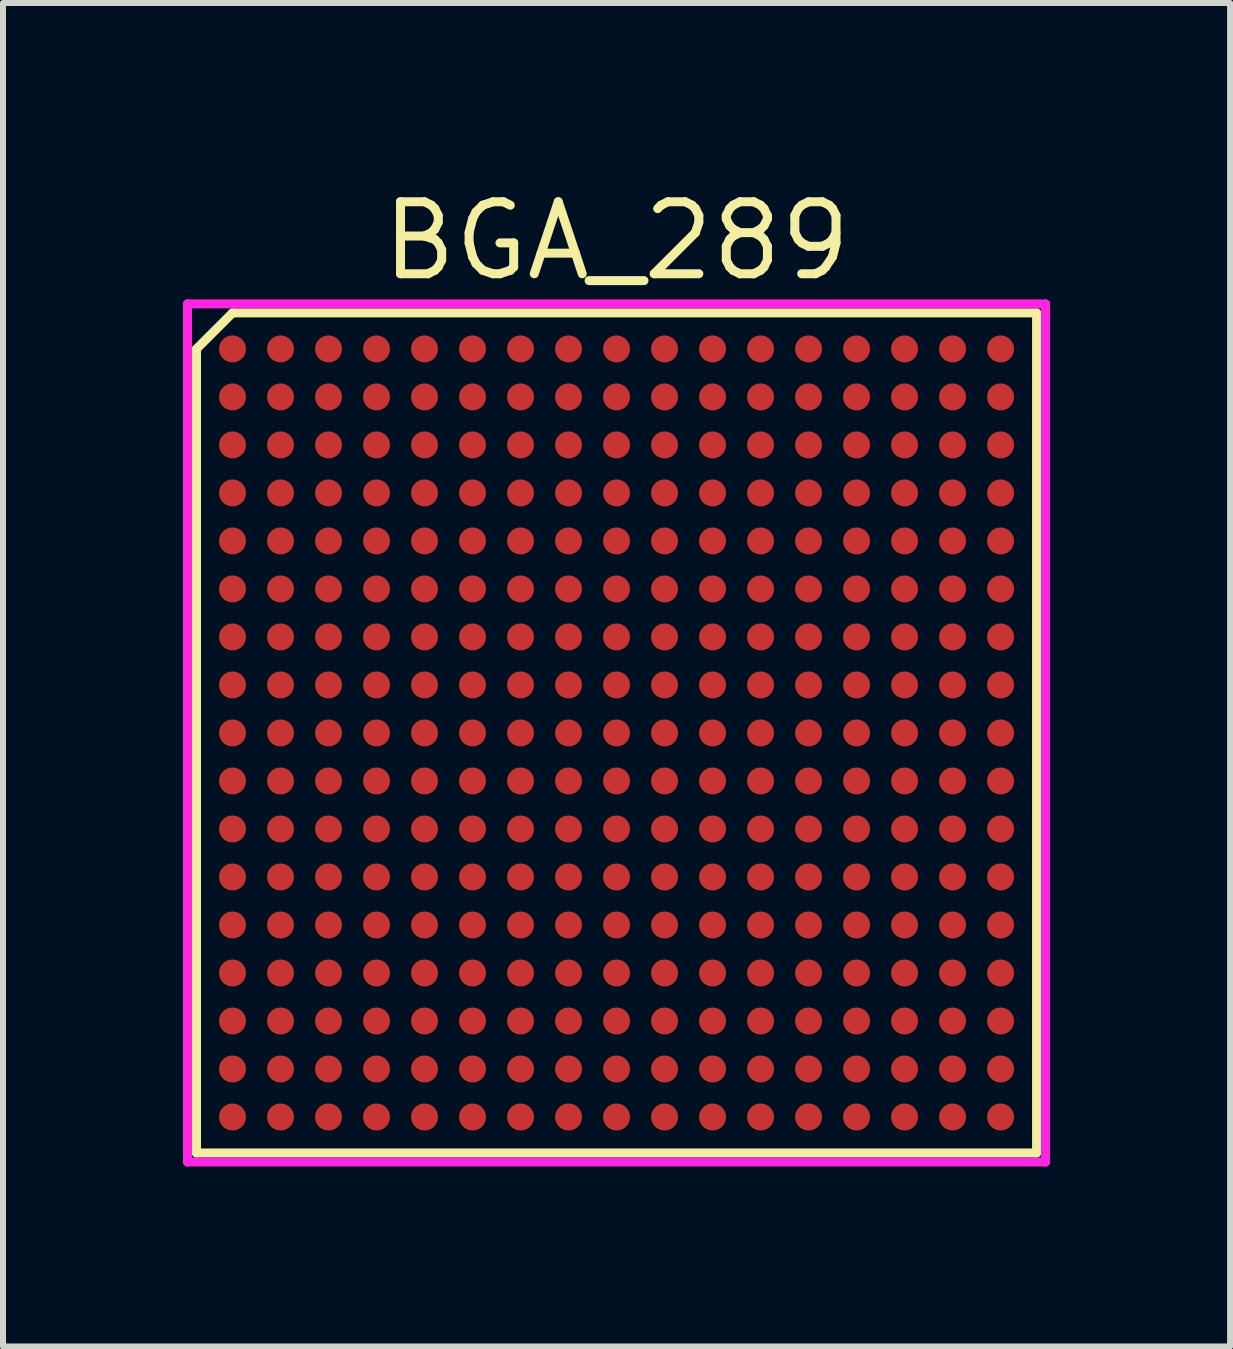
<source format=kicad_pcb>
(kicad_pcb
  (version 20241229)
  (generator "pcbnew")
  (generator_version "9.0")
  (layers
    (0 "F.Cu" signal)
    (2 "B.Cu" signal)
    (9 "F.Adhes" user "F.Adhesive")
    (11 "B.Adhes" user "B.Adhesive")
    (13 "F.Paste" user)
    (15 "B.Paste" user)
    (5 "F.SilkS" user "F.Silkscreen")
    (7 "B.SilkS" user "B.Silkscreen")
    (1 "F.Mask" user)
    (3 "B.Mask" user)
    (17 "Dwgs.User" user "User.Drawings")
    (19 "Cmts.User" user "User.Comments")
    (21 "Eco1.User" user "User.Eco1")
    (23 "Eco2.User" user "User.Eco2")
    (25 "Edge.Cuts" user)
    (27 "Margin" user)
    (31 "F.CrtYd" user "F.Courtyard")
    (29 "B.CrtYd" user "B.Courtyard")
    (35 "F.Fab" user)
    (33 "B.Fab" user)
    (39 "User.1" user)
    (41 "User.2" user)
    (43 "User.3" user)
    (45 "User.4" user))
  (footprint "BGA_289"
    (layer "F.Cu")
    (at 7.225 9.165)
    (property "Reference" "BGA_289" (at 0 -8.2 0) (layer "F.SilkS") (effects (font (size 1.2 1.2) (thickness 0.15))))
    (attr through_hole)
    (fp_line (start -7 -6.4) (end -7 7) (stroke (width 0.15) (type solid)) (layer "F.SilkS"))
    (fp_line (start -7 7) (end 7 7) (stroke (width 0.15) (type solid)) (layer "F.SilkS"))
    (fp_line (start -6.4 -7) (end -7 -6.4) (stroke (width 0.15) (type solid)) (layer "F.SilkS"))
    (fp_line (start 7 -7) (end -6.4 -7) (stroke (width 0.15) (type solid)) (layer "F.SilkS"))
    (fp_line (start 7 7) (end 7 -7) (stroke (width 0.15) (type solid)) (layer "F.SilkS"))
    (fp_line (start -7.15 -7.15) (end 7.15 -7.15) (stroke (width 0.15) (type solid)) (layer "F.CrtYd"))
    (fp_line (start -7.15 7.15) (end -7.15 -7.15) (stroke (width 0.15) (type solid)) (layer "F.CrtYd"))
    (fp_line (start 7.15 -7.15) (end 7.15 7.15) (stroke (width 0.15) (type solid)) (layer "F.CrtYd"))
    (fp_line (start 7.15 7.15) (end -7.15 7.15) (stroke (width 0.15) (type solid)) (layer "F.CrtYd"))
    (pad "A1" smd circle (at -6.4 -6.4) (size 0.45 0.45) (layers "F.Cu" "F.Mask" "F.Paste"))
    (pad "A2" smd circle (at -5.6 -6.4) (size 0.45 0.45) (layers "F.Cu" "F.Mask" "F.Paste"))
    (pad "A3" smd circle (at -4.8 -6.4) (size 0.45 0.45) (layers "F.Cu" "F.Mask" "F.Paste"))
    (pad "A4" smd circle (at -4 -6.4) (size 0.45 0.45) (layers "F.Cu" "F.Mask" "F.Paste"))
    (pad "A5" smd circle (at -3.2 -6.4) (size 0.45 0.45) (layers "F.Cu" "F.Mask" "F.Paste"))
    (pad "A6" smd circle (at -2.4 -6.4) (size 0.45 0.45) (layers "F.Cu" "F.Mask" "F.Paste"))
    (pad "A7" smd circle (at -1.6 -6.4) (size 0.45 0.45) (layers "F.Cu" "F.Mask" "F.Paste"))
    (pad "A8" smd circle (at -0.8 -6.4) (size 0.45 0.45) (layers "F.Cu" "F.Mask" "F.Paste"))
    (pad "A9" smd circle (at 0 -6.4) (size 0.45 0.45) (layers "F.Cu" "F.Mask" "F.Paste"))
    (pad "A10" smd circle (at 0.8 -6.4) (size 0.45 0.45) (layers "F.Cu" "F.Mask" "F.Paste"))
    (pad "A11" smd circle (at 1.6 -6.4) (size 0.45 0.45) (layers "F.Cu" "F.Mask" "F.Paste"))
    (pad "A12" smd circle (at 2.4 -6.4) (size 0.45 0.45) (layers "F.Cu" "F.Mask" "F.Paste"))
    (pad "A13" smd circle (at 3.2 -6.4) (size 0.45 0.45) (layers "F.Cu" "F.Mask" "F.Paste"))
    (pad "A14" smd circle (at 4 -6.4) (size 0.45 0.45) (layers "F.Cu" "F.Mask" "F.Paste"))
    (pad "A15" smd circle (at 4.8 -6.4) (size 0.45 0.45) (layers "F.Cu" "F.Mask" "F.Paste"))
    (pad "A16" smd circle (at 5.6 -6.4) (size 0.45 0.45) (layers "F.Cu" "F.Mask" "F.Paste"))
    (pad "A17" smd circle (at 6.4 -6.4) (size 0.45 0.45) (layers "F.Cu" "F.Mask" "F.Paste"))
    (pad "B1" smd circle (at -6.4 -5.6) (size 0.45 0.45) (layers "F.Cu" "F.Mask" "F.Paste"))
    (pad "B2" smd circle (at -5.6 -5.6) (size 0.45 0.45) (layers "F.Cu" "F.Mask" "F.Paste"))
    (pad "B3" smd circle (at -4.8 -5.6) (size 0.45 0.45) (layers "F.Cu" "F.Mask" "F.Paste"))
    (pad "B4" smd circle (at -4 -5.6) (size 0.45 0.45) (layers "F.Cu" "F.Mask" "F.Paste"))
    (pad "B5" smd circle (at -3.2 -5.6) (size 0.45 0.45) (layers "F.Cu" "F.Mask" "F.Paste"))
    (pad "B6" smd circle (at -2.4 -5.6) (size 0.45 0.45) (layers "F.Cu" "F.Mask" "F.Paste"))
    (pad "B7" smd circle (at -1.6 -5.6) (size 0.45 0.45) (layers "F.Cu" "F.Mask" "F.Paste"))
    (pad "B8" smd circle (at -0.8 -5.6) (size 0.45 0.45) (layers "F.Cu" "F.Mask" "F.Paste"))
    (pad "B9" smd circle (at 0 -5.6) (size 0.45 0.45) (layers "F.Cu" "F.Mask" "F.Paste"))
    (pad "B10" smd circle (at 0.8 -5.6) (size 0.45 0.45) (layers "F.Cu" "F.Mask" "F.Paste"))
    (pad "B11" smd circle (at 1.6 -5.6) (size 0.45 0.45) (layers "F.Cu" "F.Mask" "F.Paste"))
    (pad "B12" smd circle (at 2.4 -5.6) (size 0.45 0.45) (layers "F.Cu" "F.Mask" "F.Paste"))
    (pad "B13" smd circle (at 3.2 -5.6) (size 0.45 0.45) (layers "F.Cu" "F.Mask" "F.Paste"))
    (pad "B14" smd circle (at 4 -5.6) (size 0.45 0.45) (layers "F.Cu" "F.Mask" "F.Paste"))
    (pad "B15" smd circle (at 4.8 -5.6) (size 0.45 0.45) (layers "F.Cu" "F.Mask" "F.Paste"))
    (pad "B16" smd circle (at 5.6 -5.6) (size 0.45 0.45) (layers "F.Cu" "F.Mask" "F.Paste"))
    (pad "B17" smd circle (at 6.4 -5.6) (size 0.45 0.45) (layers "F.Cu" "F.Mask" "F.Paste"))
    (pad "C1" smd circle (at -6.4 -4.8) (size 0.45 0.45) (layers "F.Cu" "F.Mask" "F.Paste"))
    (pad "C2" smd circle (at -5.6 -4.8) (size 0.45 0.45) (layers "F.Cu" "F.Mask" "F.Paste"))
    (pad "C3" smd circle (at -4.8 -4.8) (size 0.45 0.45) (layers "F.Cu" "F.Mask" "F.Paste"))
    (pad "C4" smd circle (at -4 -4.8) (size 0.45 0.45) (layers "F.Cu" "F.Mask" "F.Paste"))
    (pad "C5" smd circle (at -3.2 -4.8) (size 0.45 0.45) (layers "F.Cu" "F.Mask" "F.Paste"))
    (pad "C6" smd circle (at -2.4 -4.8) (size 0.45 0.45) (layers "F.Cu" "F.Mask" "F.Paste"))
    (pad "C7" smd circle (at -1.6 -4.8) (size 0.45 0.45) (layers "F.Cu" "F.Mask" "F.Paste"))
    (pad "C8" smd circle (at -0.8 -4.8) (size 0.45 0.45) (layers "F.Cu" "F.Mask" "F.Paste"))
    (pad "C9" smd circle (at 0 -4.8) (size 0.45 0.45) (layers "F.Cu" "F.Mask" "F.Paste"))
    (pad "C10" smd circle (at 0.8 -4.8) (size 0.45 0.45) (layers "F.Cu" "F.Mask" "F.Paste"))
    (pad "C11" smd circle (at 1.6 -4.8) (size 0.45 0.45) (layers "F.Cu" "F.Mask" "F.Paste"))
    (pad "C12" smd circle (at 2.4 -4.8) (size 0.45 0.45) (layers "F.Cu" "F.Mask" "F.Paste"))
    (pad "C13" smd circle (at 3.2 -4.8) (size 0.45 0.45) (layers "F.Cu" "F.Mask" "F.Paste"))
    (pad "C14" smd circle (at 4 -4.8) (size 0.45 0.45) (layers "F.Cu" "F.Mask" "F.Paste"))
    (pad "C15" smd circle (at 4.8 -4.8) (size 0.45 0.45) (layers "F.Cu" "F.Mask" "F.Paste"))
    (pad "C16" smd circle (at 5.6 -4.8) (size 0.45 0.45) (layers "F.Cu" "F.Mask" "F.Paste"))
    (pad "C17" smd circle (at 6.4 -4.8) (size 0.45 0.45) (layers "F.Cu" "F.Mask" "F.Paste"))
    (pad "D1" smd circle (at -6.4 -4) (size 0.45 0.45) (layers "F.Cu" "F.Mask" "F.Paste"))
    (pad "D2" smd circle (at -5.6 -4) (size 0.45 0.45) (layers "F.Cu" "F.Mask" "F.Paste"))
    (pad "D3" smd circle (at -4.8 -4) (size 0.45 0.45) (layers "F.Cu" "F.Mask" "F.Paste"))
    (pad "D4" smd circle (at -4 -4) (size 0.45 0.45) (layers "F.Cu" "F.Mask" "F.Paste"))
    (pad "D5" smd circle (at -3.2 -4) (size 0.45 0.45) (layers "F.Cu" "F.Mask" "F.Paste"))
    (pad "D6" smd circle (at -2.4 -4) (size 0.45 0.45) (layers "F.Cu" "F.Mask" "F.Paste"))
    (pad "D7" smd circle (at -1.6 -4) (size 0.45 0.45) (layers "F.Cu" "F.Mask" "F.Paste"))
    (pad "D8" smd circle (at -0.8 -4) (size 0.45 0.45) (layers "F.Cu" "F.Mask" "F.Paste"))
    (pad "D9" smd circle (at 0 -4) (size 0.45 0.45) (layers "F.Cu" "F.Mask" "F.Paste"))
    (pad "D10" smd circle (at 0.8 -4) (size 0.45 0.45) (layers "F.Cu" "F.Mask" "F.Paste"))
    (pad "D11" smd circle (at 1.6 -4) (size 0.45 0.45) (layers "F.Cu" "F.Mask" "F.Paste"))
    (pad "D12" smd circle (at 2.4 -4) (size 0.45 0.45) (layers "F.Cu" "F.Mask" "F.Paste"))
    (pad "D13" smd circle (at 3.2 -4) (size 0.45 0.45) (layers "F.Cu" "F.Mask" "F.Paste"))
    (pad "D14" smd circle (at 4 -4) (size 0.45 0.45) (layers "F.Cu" "F.Mask" "F.Paste"))
    (pad "D15" smd circle (at 4.8 -4) (size 0.45 0.45) (layers "F.Cu" "F.Mask" "F.Paste"))
    (pad "D16" smd circle (at 5.6 -4) (size 0.45 0.45) (layers "F.Cu" "F.Mask" "F.Paste"))
    (pad "D17" smd circle (at 6.4 -4) (size 0.45 0.45) (layers "F.Cu" "F.Mask" "F.Paste"))
    (pad "E1" smd circle (at -6.4 -3.2) (size 0.45 0.45) (layers "F.Cu" "F.Mask" "F.Paste"))
    (pad "E2" smd circle (at -5.6 -3.2) (size 0.45 0.45) (layers "F.Cu" "F.Mask" "F.Paste"))
    (pad "E3" smd circle (at -4.8 -3.2) (size 0.45 0.45) (layers "F.Cu" "F.Mask" "F.Paste"))
    (pad "E4" smd circle (at -4 -3.2) (size 0.45 0.45) (layers "F.Cu" "F.Mask" "F.Paste"))
    (pad "E5" smd circle (at -3.2 -3.2) (size 0.45 0.45) (layers "F.Cu" "F.Mask" "F.Paste"))
    (pad "E6" smd circle (at -2.4 -3.2) (size 0.45 0.45) (layers "F.Cu" "F.Mask" "F.Paste"))
    (pad "E7" smd circle (at -1.6 -3.2) (size 0.45 0.45) (layers "F.Cu" "F.Mask" "F.Paste"))
    (pad "E8" smd circle (at -0.8 -3.2) (size 0.45 0.45) (layers "F.Cu" "F.Mask" "F.Paste"))
    (pad "E9" smd circle (at 0 -3.2) (size 0.45 0.45) (layers "F.Cu" "F.Mask" "F.Paste"))
    (pad "E10" smd circle (at 0.8 -3.2) (size 0.45 0.45) (layers "F.Cu" "F.Mask" "F.Paste"))
    (pad "E11" smd circle (at 1.6 -3.2) (size 0.45 0.45) (layers "F.Cu" "F.Mask" "F.Paste"))
    (pad "E12" smd circle (at 2.4 -3.2) (size 0.45 0.45) (layers "F.Cu" "F.Mask" "F.Paste"))
    (pad "E13" smd circle (at 3.2 -3.2) (size 0.45 0.45) (layers "F.Cu" "F.Mask" "F.Paste"))
    (pad "E14" smd circle (at 4 -3.2) (size 0.45 0.45) (layers "F.Cu" "F.Mask" "F.Paste"))
    (pad "E15" smd circle (at 4.8 -3.2) (size 0.45 0.45) (layers "F.Cu" "F.Mask" "F.Paste"))
    (pad "E16" smd circle (at 5.6 -3.2) (size 0.45 0.45) (layers "F.Cu" "F.Mask" "F.Paste"))
    (pad "E17" smd circle (at 6.4 -3.2) (size 0.45 0.45) (layers "F.Cu" "F.Mask" "F.Paste"))
    (pad "F1" smd circle (at -6.4 -2.4) (size 0.45 0.45) (layers "F.Cu" "F.Mask" "F.Paste"))
    (pad "F2" smd circle (at -5.6 -2.4) (size 0.45 0.45) (layers "F.Cu" "F.Mask" "F.Paste"))
    (pad "F3" smd circle (at -4.8 -2.4) (size 0.45 0.45) (layers "F.Cu" "F.Mask" "F.Paste"))
    (pad "F4" smd circle (at -4 -2.4) (size 0.45 0.45) (layers "F.Cu" "F.Mask" "F.Paste"))
    (pad "F5" smd circle (at -3.2 -2.4) (size 0.45 0.45) (layers "F.Cu" "F.Mask" "F.Paste"))
    (pad "F6" smd circle (at -2.4 -2.4) (size 0.45 0.45) (layers "F.Cu" "F.Mask" "F.Paste"))
    (pad "F7" smd circle (at -1.6 -2.4) (size 0.45 0.45) (layers "F.Cu" "F.Mask" "F.Paste"))
    (pad "F8" smd circle (at -0.8 -2.4) (size 0.45 0.45) (layers "F.Cu" "F.Mask" "F.Paste"))
    (pad "F9" smd circle (at 0 -2.4) (size 0.45 0.45) (layers "F.Cu" "F.Mask" "F.Paste"))
    (pad "F10" smd circle (at 0.8 -2.4) (size 0.45 0.45) (layers "F.Cu" "F.Mask" "F.Paste"))
    (pad "F11" smd circle (at 1.6 -2.4) (size 0.45 0.45) (layers "F.Cu" "F.Mask" "F.Paste"))
    (pad "F12" smd circle (at 2.4 -2.4) (size 0.45 0.45) (layers "F.Cu" "F.Mask" "F.Paste"))
    (pad "F13" smd circle (at 3.2 -2.4) (size 0.45 0.45) (layers "F.Cu" "F.Mask" "F.Paste"))
    (pad "F14" smd circle (at 4 -2.4) (size 0.45 0.45) (layers "F.Cu" "F.Mask" "F.Paste"))
    (pad "F15" smd circle (at 4.8 -2.4) (size 0.45 0.45) (layers "F.Cu" "F.Mask" "F.Paste"))
    (pad "F16" smd circle (at 5.6 -2.4) (size 0.45 0.45) (layers "F.Cu" "F.Mask" "F.Paste"))
    (pad "F17" smd circle (at 6.4 -2.4) (size 0.45 0.45) (layers "F.Cu" "F.Mask" "F.Paste"))
    (pad "G1" smd circle (at -6.4 -1.6) (size 0.45 0.45) (layers "F.Cu" "F.Mask" "F.Paste"))
    (pad "G2" smd circle (at -5.6 -1.6) (size 0.45 0.45) (layers "F.Cu" "F.Mask" "F.Paste"))
    (pad "G3" smd circle (at -4.8 -1.6) (size 0.45 0.45) (layers "F.Cu" "F.Mask" "F.Paste"))
    (pad "G4" smd circle (at -4 -1.6) (size 0.45 0.45) (layers "F.Cu" "F.Mask" "F.Paste"))
    (pad "G5" smd circle (at -3.2 -1.6) (size 0.45 0.45) (layers "F.Cu" "F.Mask" "F.Paste"))
    (pad "G6" smd circle (at -2.4 -1.6) (size 0.45 0.45) (layers "F.Cu" "F.Mask" "F.Paste"))
    (pad "G7" smd circle (at -1.6 -1.6) (size 0.45 0.45) (layers "F.Cu" "F.Mask" "F.Paste"))
    (pad "G8" smd circle (at -0.8 -1.6) (size 0.45 0.45) (layers "F.Cu" "F.Mask" "F.Paste"))
    (pad "G9" smd circle (at 0 -1.6) (size 0.45 0.45) (layers "F.Cu" "F.Mask" "F.Paste"))
    (pad "G10" smd circle (at 0.8 -1.6) (size 0.45 0.45) (layers "F.Cu" "F.Mask" "F.Paste"))
    (pad "G11" smd circle (at 1.6 -1.6) (size 0.45 0.45) (layers "F.Cu" "F.Mask" "F.Paste"))
    (pad "G12" smd circle (at 2.4 -1.6) (size 0.45 0.45) (layers "F.Cu" "F.Mask" "F.Paste"))
    (pad "G13" smd circle (at 3.2 -1.6) (size 0.45 0.45) (layers "F.Cu" "F.Mask" "F.Paste"))
    (pad "G14" smd circle (at 4 -1.6) (size 0.45 0.45) (layers "F.Cu" "F.Mask" "F.Paste"))
    (pad "G15" smd circle (at 4.8 -1.6) (size 0.45 0.45) (layers "F.Cu" "F.Mask" "F.Paste"))
    (pad "G16" smd circle (at 5.6 -1.6) (size 0.45 0.45) (layers "F.Cu" "F.Mask" "F.Paste"))
    (pad "G17" smd circle (at 6.4 -1.6) (size 0.45 0.45) (layers "F.Cu" "F.Mask" "F.Paste"))
    (pad "H1" smd circle (at -6.4 -0.8) (size 0.45 0.45) (layers "F.Cu" "F.Mask" "F.Paste"))
    (pad "H2" smd circle (at -5.6 -0.8) (size 0.45 0.45) (layers "F.Cu" "F.Mask" "F.Paste"))
    (pad "H3" smd circle (at -4.8 -0.8) (size 0.45 0.45) (layers "F.Cu" "F.Mask" "F.Paste"))
    (pad "H4" smd circle (at -4 -0.8) (size 0.45 0.45) (layers "F.Cu" "F.Mask" "F.Paste"))
    (pad "H5" smd circle (at -3.2 -0.8) (size 0.45 0.45) (layers "F.Cu" "F.Mask" "F.Paste"))
    (pad "H6" smd circle (at -2.4 -0.8) (size 0.45 0.45) (layers "F.Cu" "F.Mask" "F.Paste"))
    (pad "H7" smd circle (at -1.6 -0.8) (size 0.45 0.45) (layers "F.Cu" "F.Mask" "F.Paste"))
    (pad "H8" smd circle (at -0.8 -0.8) (size 0.45 0.45) (layers "F.Cu" "F.Mask" "F.Paste"))
    (pad "H9" smd circle (at 0 -0.8) (size 0.45 0.45) (layers "F.Cu" "F.Mask" "F.Paste"))
    (pad "H10" smd circle (at 0.8 -0.8) (size 0.45 0.45) (layers "F.Cu" "F.Mask" "F.Paste"))
    (pad "H11" smd circle (at 1.6 -0.8) (size 0.45 0.45) (layers "F.Cu" "F.Mask" "F.Paste"))
    (pad "H12" smd circle (at 2.4 -0.8) (size 0.45 0.45) (layers "F.Cu" "F.Mask" "F.Paste"))
    (pad "H13" smd circle (at 3.2 -0.8) (size 0.45 0.45) (layers "F.Cu" "F.Mask" "F.Paste"))
    (pad "H14" smd circle (at 4 -0.8) (size 0.45 0.45) (layers "F.Cu" "F.Mask" "F.Paste"))
    (pad "H15" smd circle (at 4.8 -0.8) (size 0.45 0.45) (layers "F.Cu" "F.Mask" "F.Paste"))
    (pad "H16" smd circle (at 5.6 -0.8) (size 0.45 0.45) (layers "F.Cu" "F.Mask" "F.Paste"))
    (pad "H17" smd circle (at 6.4 -0.8) (size 0.45 0.45) (layers "F.Cu" "F.Mask" "F.Paste"))
    (pad "J1" smd circle (at -6.4 0) (size 0.45 0.45) (layers "F.Cu" "F.Mask" "F.Paste"))
    (pad "J2" smd circle (at -5.6 0) (size 0.45 0.45) (layers "F.Cu" "F.Mask" "F.Paste"))
    (pad "J3" smd circle (at -4.8 0) (size 0.45 0.45) (layers "F.Cu" "F.Mask" "F.Paste"))
    (pad "J4" smd circle (at -4 0) (size 0.45 0.45) (layers "F.Cu" "F.Mask" "F.Paste"))
    (pad "J5" smd circle (at -3.2 0) (size 0.45 0.45) (layers "F.Cu" "F.Mask" "F.Paste"))
    (pad "J6" smd circle (at -2.4 0) (size 0.45 0.45) (layers "F.Cu" "F.Mask" "F.Paste"))
    (pad "J7" smd circle (at -1.6 0) (size 0.45 0.45) (layers "F.Cu" "F.Mask" "F.Paste"))
    (pad "J8" smd circle (at -0.8 0) (size 0.45 0.45) (layers "F.Cu" "F.Mask" "F.Paste"))
    (pad "J9" smd circle (at 0 0) (size 0.45 0.45) (layers "F.Cu" "F.Mask" "F.Paste"))
    (pad "J10" smd circle (at 0.8 0) (size 0.45 0.45) (layers "F.Cu" "F.Mask" "F.Paste"))
    (pad "J11" smd circle (at 1.6 0) (size 0.45 0.45) (layers "F.Cu" "F.Mask" "F.Paste"))
    (pad "J12" smd circle (at 2.4 0) (size 0.45 0.45) (layers "F.Cu" "F.Mask" "F.Paste"))
    (pad "J13" smd circle (at 3.2 0) (size 0.45 0.45) (layers "F.Cu" "F.Mask" "F.Paste"))
    (pad "J14" smd circle (at 4 0) (size 0.45 0.45) (layers "F.Cu" "F.Mask" "F.Paste"))
    (pad "J15" smd circle (at 4.8 0) (size 0.45 0.45) (layers "F.Cu" "F.Mask" "F.Paste"))
    (pad "J16" smd circle (at 5.6 0) (size 0.45 0.45) (layers "F.Cu" "F.Mask" "F.Paste"))
    (pad "J17" smd circle (at 6.4 0) (size 0.45 0.45) (layers "F.Cu" "F.Mask" "F.Paste"))
    (pad "K1" smd circle (at -6.4 0.8) (size 0.45 0.45) (layers "F.Cu" "F.Mask" "F.Paste"))
    (pad "K2" smd circle (at -5.6 0.8) (size 0.45 0.45) (layers "F.Cu" "F.Mask" "F.Paste"))
    (pad "K3" smd circle (at -4.8 0.8) (size 0.45 0.45) (layers "F.Cu" "F.Mask" "F.Paste"))
    (pad "K4" smd circle (at -4 0.8) (size 0.45 0.45) (layers "F.Cu" "F.Mask" "F.Paste"))
    (pad "K5" smd circle (at -3.2 0.8) (size 0.45 0.45) (layers "F.Cu" "F.Mask" "F.Paste"))
    (pad "K6" smd circle (at -2.4 0.8) (size 0.45 0.45) (layers "F.Cu" "F.Mask" "F.Paste"))
    (pad "K7" smd circle (at -1.6 0.8) (size 0.45 0.45) (layers "F.Cu" "F.Mask" "F.Paste"))
    (pad "K8" smd circle (at -0.8 0.8) (size 0.45 0.45) (layers "F.Cu" "F.Mask" "F.Paste"))
    (pad "K9" smd circle (at 0 0.8) (size 0.45 0.45) (layers "F.Cu" "F.Mask" "F.Paste"))
    (pad "K10" smd circle (at 0.8 0.8) (size 0.45 0.45) (layers "F.Cu" "F.Mask" "F.Paste"))
    (pad "K11" smd circle (at 1.6 0.8) (size 0.45 0.45) (layers "F.Cu" "F.Mask" "F.Paste"))
    (pad "K12" smd circle (at 2.4 0.8) (size 0.45 0.45) (layers "F.Cu" "F.Mask" "F.Paste"))
    (pad "K13" smd circle (at 3.2 0.8) (size 0.45 0.45) (layers "F.Cu" "F.Mask" "F.Paste"))
    (pad "K14" smd circle (at 4 0.8) (size 0.45 0.45) (layers "F.Cu" "F.Mask" "F.Paste"))
    (pad "K15" smd circle (at 4.8 0.8) (size 0.45 0.45) (layers "F.Cu" "F.Mask" "F.Paste"))
    (pad "K16" smd circle (at 5.6 0.8) (size 0.45 0.45) (layers "F.Cu" "F.Mask" "F.Paste"))
    (pad "K17" smd circle (at 6.4 0.8) (size 0.45 0.45) (layers "F.Cu" "F.Mask" "F.Paste"))
    (pad "L1" smd circle (at -6.4 1.6) (size 0.45 0.45) (layers "F.Cu" "F.Mask" "F.Paste"))
    (pad "L2" smd circle (at -5.6 1.6) (size 0.45 0.45) (layers "F.Cu" "F.Mask" "F.Paste"))
    (pad "L3" smd circle (at -4.8 1.6) (size 0.45 0.45) (layers "F.Cu" "F.Mask" "F.Paste"))
    (pad "L4" smd circle (at -4 1.6) (size 0.45 0.45) (layers "F.Cu" "F.Mask" "F.Paste"))
    (pad "L5" smd circle (at -3.2 1.6) (size 0.45 0.45) (layers "F.Cu" "F.Mask" "F.Paste"))
    (pad "L6" smd circle (at -2.4 1.6) (size 0.45 0.45) (layers "F.Cu" "F.Mask" "F.Paste"))
    (pad "L7" smd circle (at -1.6 1.6) (size 0.45 0.45) (layers "F.Cu" "F.Mask" "F.Paste"))
    (pad "L8" smd circle (at -0.8 1.6) (size 0.45 0.45) (layers "F.Cu" "F.Mask" "F.Paste"))
    (pad "L9" smd circle (at 0 1.6) (size 0.45 0.45) (layers "F.Cu" "F.Mask" "F.Paste"))
    (pad "L10" smd circle (at 0.8 1.6) (size 0.45 0.45) (layers "F.Cu" "F.Mask" "F.Paste"))
    (pad "L11" smd circle (at 1.6 1.6) (size 0.45 0.45) (layers "F.Cu" "F.Mask" "F.Paste"))
    (pad "L12" smd circle (at 2.4 1.6) (size 0.45 0.45) (layers "F.Cu" "F.Mask" "F.Paste"))
    (pad "L13" smd circle (at 3.2 1.6) (size 0.45 0.45) (layers "F.Cu" "F.Mask" "F.Paste"))
    (pad "L14" smd circle (at 4 1.6) (size 0.45 0.45) (layers "F.Cu" "F.Mask" "F.Paste"))
    (pad "L15" smd circle (at 4.8 1.6) (size 0.45 0.45) (layers "F.Cu" "F.Mask" "F.Paste"))
    (pad "L16" smd circle (at 5.6 1.6) (size 0.45 0.45) (layers "F.Cu" "F.Mask" "F.Paste"))
    (pad "L17" smd circle (at 6.4 1.6) (size 0.45 0.45) (layers "F.Cu" "F.Mask" "F.Paste"))
    (pad "M1" smd circle (at -6.4 2.4) (size 0.45 0.45) (layers "F.Cu" "F.Mask" "F.Paste"))
    (pad "M2" smd circle (at -5.6 2.4) (size 0.45 0.45) (layers "F.Cu" "F.Mask" "F.Paste"))
    (pad "M3" smd circle (at -4.8 2.4) (size 0.45 0.45) (layers "F.Cu" "F.Mask" "F.Paste"))
    (pad "M4" smd circle (at -4 2.4) (size 0.45 0.45) (layers "F.Cu" "F.Mask" "F.Paste"))
    (pad "M5" smd circle (at -3.2 2.4) (size 0.45 0.45) (layers "F.Cu" "F.Mask" "F.Paste"))
    (pad "M6" smd circle (at -2.4 2.4) (size 0.45 0.45) (layers "F.Cu" "F.Mask" "F.Paste"))
    (pad "M7" smd circle (at -1.6 2.4) (size 0.45 0.45) (layers "F.Cu" "F.Mask" "F.Paste"))
    (pad "M8" smd circle (at -0.8 2.4) (size 0.45 0.45) (layers "F.Cu" "F.Mask" "F.Paste"))
    (pad "M9" smd circle (at 0 2.4) (size 0.45 0.45) (layers "F.Cu" "F.Mask" "F.Paste"))
    (pad "M10" smd circle (at 0.8 2.4) (size 0.45 0.45) (layers "F.Cu" "F.Mask" "F.Paste"))
    (pad "M11" smd circle (at 1.6 2.4) (size 0.45 0.45) (layers "F.Cu" "F.Mask" "F.Paste"))
    (pad "M12" smd circle (at 2.4 2.4) (size 0.45 0.45) (layers "F.Cu" "F.Mask" "F.Paste"))
    (pad "M13" smd circle (at 3.2 2.4) (size 0.45 0.45) (layers "F.Cu" "F.Mask" "F.Paste"))
    (pad "M14" smd circle (at 4 2.4) (size 0.45 0.45) (layers "F.Cu" "F.Mask" "F.Paste"))
    (pad "M15" smd circle (at 4.8 2.4) (size 0.45 0.45) (layers "F.Cu" "F.Mask" "F.Paste"))
    (pad "M16" smd circle (at 5.6 2.4) (size 0.45 0.45) (layers "F.Cu" "F.Mask" "F.Paste"))
    (pad "M17" smd circle (at 6.4 2.4) (size 0.45 0.45) (layers "F.Cu" "F.Mask" "F.Paste"))
    (pad "N1" smd circle (at -6.4 3.2) (size 0.45 0.45) (layers "F.Cu" "F.Mask" "F.Paste"))
    (pad "N2" smd circle (at -5.6 3.2) (size 0.45 0.45) (layers "F.Cu" "F.Mask" "F.Paste"))
    (pad "N3" smd circle (at -4.8 3.2) (size 0.45 0.45) (layers "F.Cu" "F.Mask" "F.Paste"))
    (pad "N4" smd circle (at -4 3.2) (size 0.45 0.45) (layers "F.Cu" "F.Mask" "F.Paste"))
    (pad "N5" smd circle (at -3.2 3.2) (size 0.45 0.45) (layers "F.Cu" "F.Mask" "F.Paste"))
    (pad "N6" smd circle (at -2.4 3.2) (size 0.45 0.45) (layers "F.Cu" "F.Mask" "F.Paste"))
    (pad "N7" smd circle (at -1.6 3.2) (size 0.45 0.45) (layers "F.Cu" "F.Mask" "F.Paste"))
    (pad "N8" smd circle (at -0.8 3.2) (size 0.45 0.45) (layers "F.Cu" "F.Mask" "F.Paste"))
    (pad "N9" smd circle (at 0 3.2) (size 0.45 0.45) (layers "F.Cu" "F.Mask" "F.Paste"))
    (pad "N10" smd circle (at 0.8 3.2) (size 0.45 0.45) (layers "F.Cu" "F.Mask" "F.Paste"))
    (pad "N11" smd circle (at 1.6 3.2) (size 0.45 0.45) (layers "F.Cu" "F.Mask" "F.Paste"))
    (pad "N12" smd circle (at 2.4 3.2) (size 0.45 0.45) (layers "F.Cu" "F.Mask" "F.Paste"))
    (pad "N13" smd circle (at 3.2 3.2) (size 0.45 0.45) (layers "F.Cu" "F.Mask" "F.Paste"))
    (pad "N14" smd circle (at 4 3.2) (size 0.45 0.45) (layers "F.Cu" "F.Mask" "F.Paste"))
    (pad "N15" smd circle (at 4.8 3.2) (size 0.45 0.45) (layers "F.Cu" "F.Mask" "F.Paste"))
    (pad "N16" smd circle (at 5.6 3.2) (size 0.45 0.45) (layers "F.Cu" "F.Mask" "F.Paste"))
    (pad "N17" smd circle (at 6.4 3.2) (size 0.45 0.45) (layers "F.Cu" "F.Mask" "F.Paste"))
    (pad "P1" smd circle (at -6.4 4) (size 0.45 0.45) (layers "F.Cu" "F.Mask" "F.Paste"))
    (pad "P2" smd circle (at -5.6 4) (size 0.45 0.45) (layers "F.Cu" "F.Mask" "F.Paste"))
    (pad "P3" smd circle (at -4.8 4) (size 0.45 0.45) (layers "F.Cu" "F.Mask" "F.Paste"))
    (pad "P4" smd circle (at -4 4) (size 0.45 0.45) (layers "F.Cu" "F.Mask" "F.Paste"))
    (pad "P5" smd circle (at -3.2 4) (size 0.45 0.45) (layers "F.Cu" "F.Mask" "F.Paste"))
    (pad "P6" smd circle (at -2.4 4) (size 0.45 0.45) (layers "F.Cu" "F.Mask" "F.Paste"))
    (pad "P7" smd circle (at -1.6 4) (size 0.45 0.45) (layers "F.Cu" "F.Mask" "F.Paste"))
    (pad "P8" smd circle (at -0.8 4) (size 0.45 0.45) (layers "F.Cu" "F.Mask" "F.Paste"))
    (pad "P9" smd circle (at 0 4) (size 0.45 0.45) (layers "F.Cu" "F.Mask" "F.Paste"))
    (pad "P10" smd circle (at 0.8 4) (size 0.45 0.45) (layers "F.Cu" "F.Mask" "F.Paste"))
    (pad "P11" smd circle (at 1.6 4) (size 0.45 0.45) (layers "F.Cu" "F.Mask" "F.Paste"))
    (pad "P12" smd circle (at 2.4 4) (size 0.45 0.45) (layers "F.Cu" "F.Mask" "F.Paste"))
    (pad "P13" smd circle (at 3.2 4) (size 0.45 0.45) (layers "F.Cu" "F.Mask" "F.Paste"))
    (pad "P14" smd circle (at 4 4) (size 0.45 0.45) (layers "F.Cu" "F.Mask" "F.Paste"))
    (pad "P15" smd circle (at 4.8 4) (size 0.45 0.45) (layers "F.Cu" "F.Mask" "F.Paste"))
    (pad "P16" smd circle (at 5.6 4) (size 0.45 0.45) (layers "F.Cu" "F.Mask" "F.Paste"))
    (pad "P17" smd circle (at 6.4 4) (size 0.45 0.45) (layers "F.Cu" "F.Mask" "F.Paste"))
    (pad "R1" smd circle (at -6.4 4.8) (size 0.45 0.45) (layers "F.Cu" "F.Mask" "F.Paste"))
    (pad "R2" smd circle (at -5.6 4.8) (size 0.45 0.45) (layers "F.Cu" "F.Mask" "F.Paste"))
    (pad "R3" smd circle (at -4.8 4.8) (size 0.45 0.45) (layers "F.Cu" "F.Mask" "F.Paste"))
    (pad "R4" smd circle (at -4 4.8) (size 0.45 0.45) (layers "F.Cu" "F.Mask" "F.Paste"))
    (pad "R5" smd circle (at -3.2 4.8) (size 0.45 0.45) (layers "F.Cu" "F.Mask" "F.Paste"))
    (pad "R6" smd circle (at -2.4 4.8) (size 0.45 0.45) (layers "F.Cu" "F.Mask" "F.Paste"))
    (pad "R7" smd circle (at -1.6 4.8) (size 0.45 0.45) (layers "F.Cu" "F.Mask" "F.Paste"))
    (pad "R8" smd circle (at -0.8 4.8) (size 0.45 0.45) (layers "F.Cu" "F.Mask" "F.Paste"))
    (pad "R9" smd circle (at 0 4.8) (size 0.45 0.45) (layers "F.Cu" "F.Mask" "F.Paste"))
    (pad "R10" smd circle (at 0.8 4.8) (size 0.45 0.45) (layers "F.Cu" "F.Mask" "F.Paste"))
    (pad "R11" smd circle (at 1.6 4.8) (size 0.45 0.45) (layers "F.Cu" "F.Mask" "F.Paste"))
    (pad "R12" smd circle (at 2.4 4.8) (size 0.45 0.45) (layers "F.Cu" "F.Mask" "F.Paste"))
    (pad "R13" smd circle (at 3.2 4.8) (size 0.45 0.45) (layers "F.Cu" "F.Mask" "F.Paste"))
    (pad "R14" smd circle (at 4 4.8) (size 0.45 0.45) (layers "F.Cu" "F.Mask" "F.Paste"))
    (pad "R15" smd circle (at 4.8 4.8) (size 0.45 0.45) (layers "F.Cu" "F.Mask" "F.Paste"))
    (pad "R16" smd circle (at 5.6 4.8) (size 0.45 0.45) (layers "F.Cu" "F.Mask" "F.Paste"))
    (pad "R17" smd circle (at 6.4 4.8) (size 0.45 0.45) (layers "F.Cu" "F.Mask" "F.Paste"))
    (pad "T1" smd circle (at -6.4 5.6) (size 0.45 0.45) (layers "F.Cu" "F.Mask" "F.Paste"))
    (pad "T2" smd circle (at -5.6 5.6) (size 0.45 0.45) (layers "F.Cu" "F.Mask" "F.Paste"))
    (pad "T3" smd circle (at -4.8 5.6) (size 0.45 0.45) (layers "F.Cu" "F.Mask" "F.Paste"))
    (pad "T4" smd circle (at -4 5.6) (size 0.45 0.45) (layers "F.Cu" "F.Mask" "F.Paste"))
    (pad "T5" smd circle (at -3.2 5.6) (size 0.45 0.45) (layers "F.Cu" "F.Mask" "F.Paste"))
    (pad "T6" smd circle (at -2.4 5.6) (size 0.45 0.45) (layers "F.Cu" "F.Mask" "F.Paste"))
    (pad "T7" smd circle (at -1.6 5.6) (size 0.45 0.45) (layers "F.Cu" "F.Mask" "F.Paste"))
    (pad "T8" smd circle (at -0.8 5.6) (size 0.45 0.45) (layers "F.Cu" "F.Mask" "F.Paste"))
    (pad "T9" smd circle (at 0 5.6) (size 0.45 0.45) (layers "F.Cu" "F.Mask" "F.Paste"))
    (pad "T10" smd circle (at 0.8 5.6) (size 0.45 0.45) (layers "F.Cu" "F.Mask" "F.Paste"))
    (pad "T11" smd circle (at 1.6 5.6) (size 0.45 0.45) (layers "F.Cu" "F.Mask" "F.Paste"))
    (pad "T12" smd circle (at 2.4 5.6) (size 0.45 0.45) (layers "F.Cu" "F.Mask" "F.Paste"))
    (pad "T13" smd circle (at 3.2 5.6) (size 0.45 0.45) (layers "F.Cu" "F.Mask" "F.Paste"))
    (pad "T14" smd circle (at 4 5.6) (size 0.45 0.45) (layers "F.Cu" "F.Mask" "F.Paste"))
    (pad "T15" smd circle (at 4.8 5.6) (size 0.45 0.45) (layers "F.Cu" "F.Mask" "F.Paste"))
    (pad "T16" smd circle (at 5.6 5.6) (size 0.45 0.45) (layers "F.Cu" "F.Mask" "F.Paste"))
    (pad "T17" smd circle (at 6.4 5.6) (size 0.45 0.45) (layers "F.Cu" "F.Mask" "F.Paste"))
    (pad "U1" smd circle (at -6.4 6.4) (size 0.45 0.45) (layers "F.Cu" "F.Mask" "F.Paste"))
    (pad "U2" smd circle (at -5.6 6.4) (size 0.45 0.45) (layers "F.Cu" "F.Mask" "F.Paste"))
    (pad "U3" smd circle (at -4.8 6.4) (size 0.45 0.45) (layers "F.Cu" "F.Mask" "F.Paste"))
    (pad "U4" smd circle (at -4 6.4) (size 0.45 0.45) (layers "F.Cu" "F.Mask" "F.Paste"))
    (pad "U5" smd circle (at -3.2 6.4) (size 0.45 0.45) (layers "F.Cu" "F.Mask" "F.Paste"))
    (pad "U6" smd circle (at -2.4 6.4) (size 0.45 0.45) (layers "F.Cu" "F.Mask" "F.Paste"))
    (pad "U7" smd circle (at -1.6 6.4) (size 0.45 0.45) (layers "F.Cu" "F.Mask" "F.Paste"))
    (pad "U8" smd circle (at -0.8 6.4) (size 0.45 0.45) (layers "F.Cu" "F.Mask" "F.Paste"))
    (pad "U9" smd circle (at 0 6.4) (size 0.45 0.45) (layers "F.Cu" "F.Mask" "F.Paste"))
    (pad "U10" smd circle (at 0.8 6.4) (size 0.45 0.45) (layers "F.Cu" "F.Mask" "F.Paste"))
    (pad "U11" smd circle (at 1.6 6.4) (size 0.45 0.45) (layers "F.Cu" "F.Mask" "F.Paste"))
    (pad "U12" smd circle (at 2.4 6.4) (size 0.45 0.45) (layers "F.Cu" "F.Mask" "F.Paste"))
    (pad "U13" smd circle (at 3.2 6.4) (size 0.45 0.45) (layers "F.Cu" "F.Mask" "F.Paste"))
    (pad "U14" smd circle (at 4 6.4) (size 0.45 0.45) (layers "F.Cu" "F.Mask" "F.Paste"))
    (pad "U15" smd circle (at 4.8 6.4) (size 0.45 0.45) (layers "F.Cu" "F.Mask" "F.Paste"))
    (pad "U16" smd circle (at 5.6 6.4) (size 0.45 0.45) (layers "F.Cu" "F.Mask" "F.Paste"))
    (pad "U17" smd circle (at 6.4 6.4) (size 0.45 0.45) (layers "F.Cu" "F.Mask" "F.Paste")))
  (gr_rect
    (start -3 -3)
    (end 17.45 19.39)
    (stroke (width 0.1) (type default))
    (fill no)
    (layer "Edge.Cuts")))
</source>
